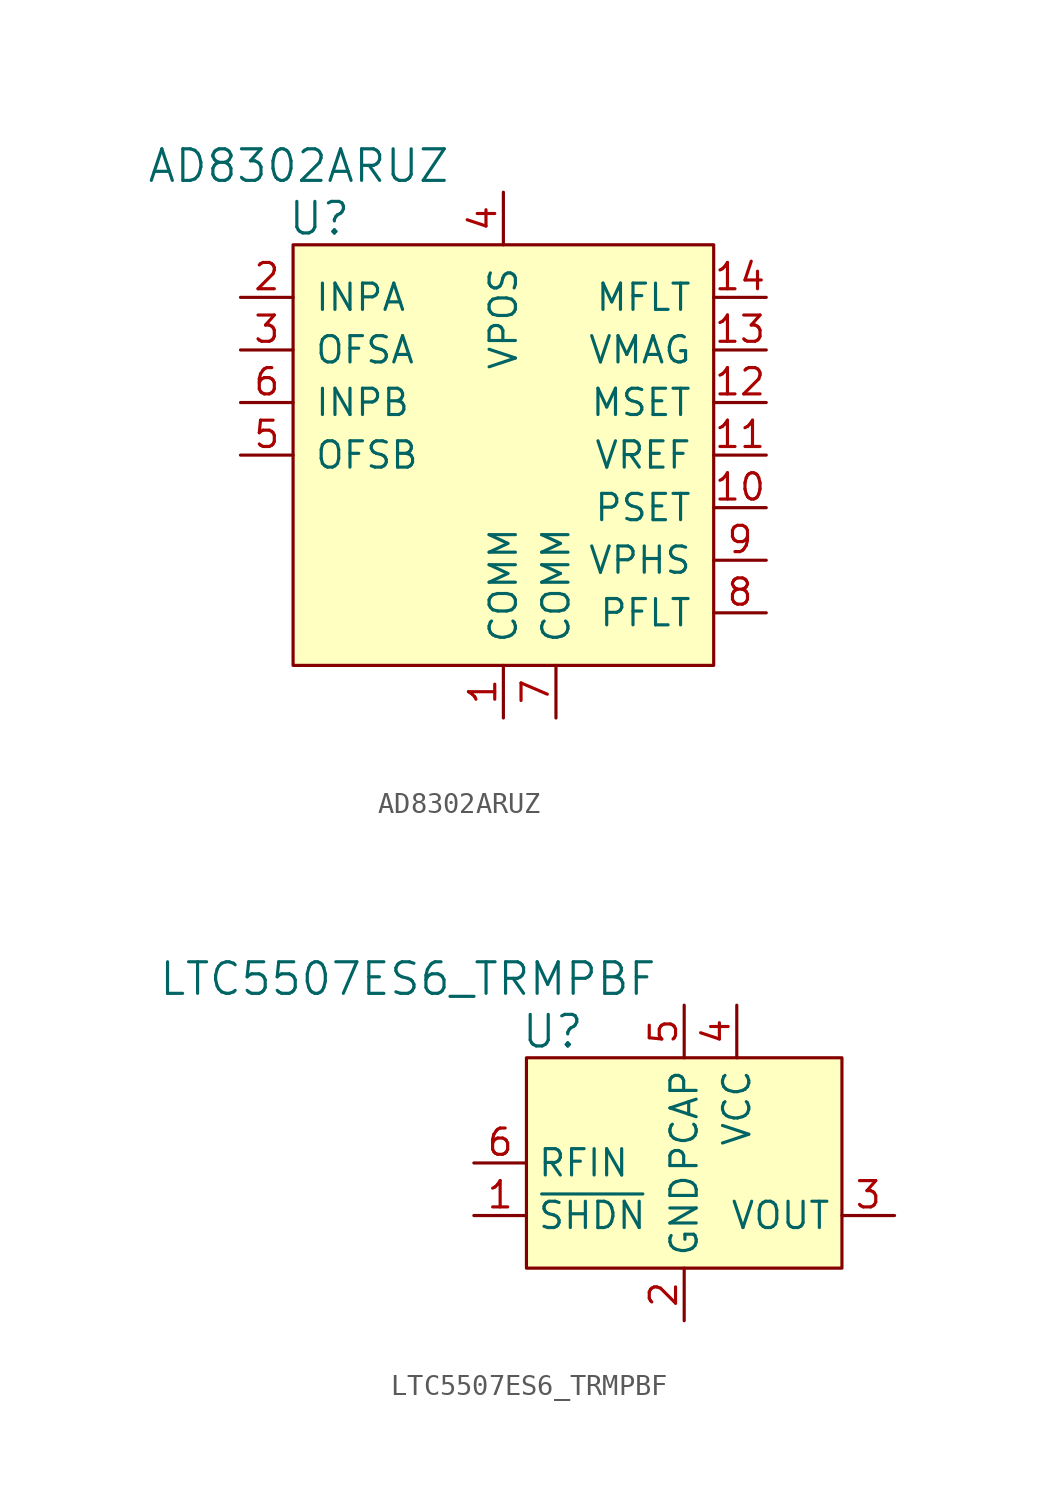
<source format=kicad_sym>
(kicad_symbol_lib
  (version 20231120)
  (generator "kicad_symbol_editor")
  (generator_version "8.0")
  (symbol "AD8302ARUZ"
    (pin_names
      (offset 1.016))
    (property "Reference" "U"
      (at -8.89 11.43 0)
      (effects (font (size 1.524 1.524))))
    (property "Value" "AD8302ARUZ"
      (at -2.54 13.97 0)
      (effects (font (size 1.524 1.524)) (justify right)))
    (symbol "AD8302ARUZ_0_1"
      (rectangle (start -10.16 10.16) (end 10.16 -10.16) (stroke (width 0) (type default)) (fill (type background))))
    (symbol "AD8302ARUZ_1_1"
      (pin power_in line (at 0 -12.7 90) (length 2.54) (name "COMM" (effects (font (size 1.27 1.27)))) (number "1" (effects (font (size 1.27 1.27)))))
      (pin input line (at 12.7 -2.54 180) (length 2.54) (name "PSET" (effects (font (size 1.27 1.27)))) (number "10" (effects (font (size 1.27 1.27)))))
      (pin output line (at 12.7 0 180) (length 2.54) (name "VREF" (effects (font (size 1.27 1.27)))) (number "11" (effects (font (size 1.27 1.27)))))
      (pin input line (at 12.7 2.54 180) (length 2.54) (name "MSET" (effects (font (size 1.27 1.27)))) (number "12" (effects (font (size 1.27 1.27)))))
      (pin output line (at 12.7 5.08 180) (length 2.54) (name "VMAG" (effects (font (size 1.27 1.27)))) (number "13" (effects (font (size 1.27 1.27)))))
      (pin passive line (at 12.7 7.62 180) (length 2.54) (name "MFLT" (effects (font (size 1.27 1.27)))) (number "14" (effects (font (size 1.27 1.27)))))
      (pin input line (at -12.7 7.62 0) (length 2.54) (name "INPA" (effects (font (size 1.27 1.27)))) (number "2" (effects (font (size 1.27 1.27)))))
      (pin passive line (at -12.7 5.08 0) (length 2.54) (name "OFSA" (effects (font (size 1.27 1.27)))) (number "3" (effects (font (size 1.27 1.27)))))
      (pin power_in line (at 0 12.7 270) (length 2.54) (name "VPOS" (effects (font (size 1.27 1.27)))) (number "4" (effects (font (size 1.27 1.27)))))
      (pin passive line (at -12.7 0 0) (length 2.54) (name "OFSB" (effects (font (size 1.27 1.27)))) (number "5" (effects (font (size 1.27 1.27)))))
      (pin input line (at -12.7 2.54 0) (length 2.54) (name "INPB" (effects (font (size 1.27 1.27)))) (number "6" (effects (font (size 1.27 1.27)))))
      (pin power_in line (at 2.54 -12.7 90) (length 2.54) (name "COMM" (effects (font (size 1.27 1.27)))) (number "7" (effects (font (size 1.27 1.27)))))
      (pin passive line (at 12.7 -7.62 180) (length 2.54) (name "PFLT" (effects (font (size 1.27 1.27)))) (number "8" (effects (font (size 1.27 1.27)))))
      (pin output line (at 12.7 -5.08 180) (length 2.54) (name "VPHS" (effects (font (size 1.27 1.27)))) (number "9" (effects (font (size 1.27 1.27)))))))
  (symbol "LTC5507ES6_TRMPBF"
    (property "Reference" "U"
      (at -6.35 1.27 0)
      (effects (font (size 1.524 1.524))))
    (property "Value" "LTC5507ES6_TRMPBF"
      (at -1.27 3.81 0)
      (effects (font (size 1.524 1.524)) (justify right)))
    (symbol "LTC5507ES6_TRMPBF_0_1"
      (rectangle (start -7.62 0) (end 7.62 -10.16) (stroke (width 0) (type default)) (fill (type background))))
    (symbol "LTC5507ES6_TRMPBF_1_1"
      (pin input line (at -10.16 -7.62 0) (length 2.54) (name "~{SHDN}" (effects (font (size 1.27 1.27)))) (number "1" (effects (font (size 1.27 1.27)))))
      (pin power_in line (at 0 -12.7 90) (length 2.54) (name "GND" (effects (font (size 1.27 1.27)))) (number "2" (effects (font (size 1.27 1.27)))))
      (pin output line (at 10.16 -7.62 180) (length 2.54) (name "VOUT" (effects (font (size 1.27 1.27)))) (number "3" (effects (font (size 1.27 1.27)))))
      (pin power_in line (at 2.54 2.54 270) (length 2.54) (name "VCC" (effects (font (size 1.27 1.27)))) (number "4" (effects (font (size 1.27 1.27)))))
      (pin passive line (at 0 2.54 270) (length 2.54) (name "PCAP" (effects (font (size 1.27 1.27)))) (number "5" (effects (font (size 1.27 1.27)))))
      (pin input line (at -10.16 -5.08 0) (length 2.54) (name "RFIN" (effects (font (size 1.27 1.27)))) (number "6" (effects (font (size 1.27 1.27))))))))
</source>
